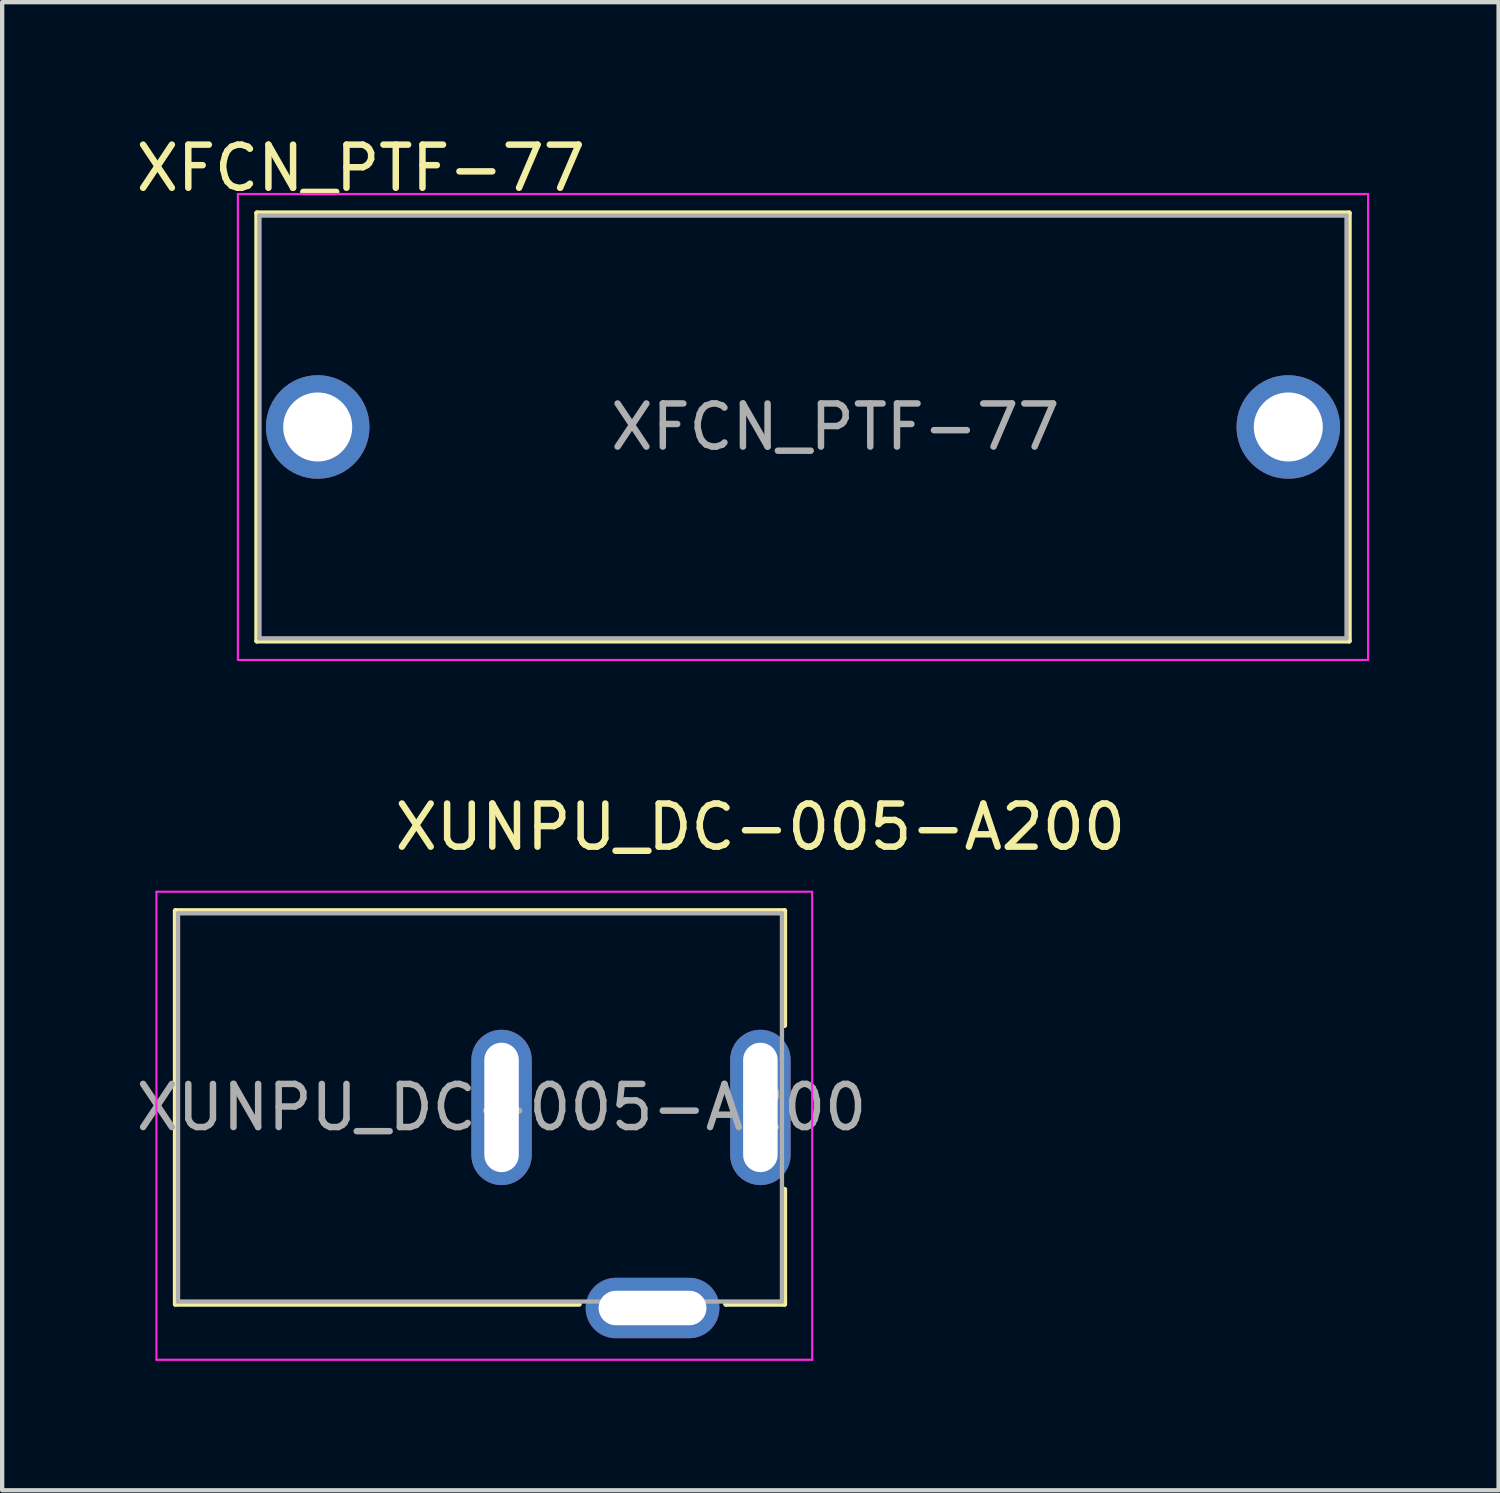
<source format=kicad_pcb>
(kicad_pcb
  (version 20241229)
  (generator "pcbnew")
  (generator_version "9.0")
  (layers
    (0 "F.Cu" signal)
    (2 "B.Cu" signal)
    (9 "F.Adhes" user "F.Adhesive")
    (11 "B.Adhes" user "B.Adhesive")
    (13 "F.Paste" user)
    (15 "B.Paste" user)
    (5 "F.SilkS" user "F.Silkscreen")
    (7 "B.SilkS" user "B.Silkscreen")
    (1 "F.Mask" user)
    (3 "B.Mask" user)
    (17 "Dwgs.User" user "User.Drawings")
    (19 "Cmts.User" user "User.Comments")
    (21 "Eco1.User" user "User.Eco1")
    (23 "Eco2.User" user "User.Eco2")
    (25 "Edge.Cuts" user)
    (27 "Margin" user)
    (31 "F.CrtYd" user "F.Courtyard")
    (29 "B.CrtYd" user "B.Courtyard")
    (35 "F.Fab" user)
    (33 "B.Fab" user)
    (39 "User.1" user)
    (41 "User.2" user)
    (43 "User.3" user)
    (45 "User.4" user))
  (footprint "XFCN_PTF-77"
    (layer "F.Cu")
    (at 4.315 6.848)
    (property "Reference" "XFCN_PTF-77" (at 1 -6 0) (unlocked yes) (layer "F.SilkS") (effects (font (size 1 1) (thickness 0.15))))
    (attr through_hole)
    (fp_line (start -1.41 -4.96) (end 23.91 -4.96) (stroke (width 0.12) (type default)) (layer "F.SilkS"))
    (fp_line (start -1.41 4.96) (end -1.41 -4.96) (stroke (width 0.12) (type default)) (layer "F.SilkS"))
    (fp_line (start -1.41 4.96) (end 23.91 4.96) (stroke (width 0.12) (type default)) (layer "F.SilkS"))
    (fp_line (start 23.91 -4.96) (end 23.91 4.96) (stroke (width 0.12) (type default)) (layer "F.SilkS"))
    (fp_line (start -1.85 -5.4) (end -1.85 5.4) (stroke (width 0.05) (type default)) (layer "F.CrtYd"))
    (fp_line (start -1.85 5.4) (end 24.35 5.4) (stroke (width 0.05) (type default)) (layer "F.CrtYd"))
    (fp_line (start 24.35 -5.4) (end -1.85 -5.4) (stroke (width 0.05) (type default)) (layer "F.CrtYd"))
    (fp_line (start 24.35 -5.4) (end 24.35 5.4) (stroke (width 0.05) (type default)) (layer "F.CrtYd"))
    (fp_line (start -1.35 -4.9) (end 23.85 -4.9) (stroke (width 0.1) (type default)) (layer "F.Fab"))
    (fp_line (start -1.35 4.9) (end -1.35 -4.9) (stroke (width 0.1) (type default)) (layer "F.Fab"))
    (fp_line (start -1.35 4.9) (end 23.85 4.9) (stroke (width 0.1) (type default)) (layer "F.Fab"))
    (fp_line (start 23.85 -4.9) (end 23.85 4.9) (stroke (width 0.1) (type default)) (layer "F.Fab"))
    (fp_text user "${REFERENCE}" (at 12 0 0) (unlocked yes) (layer "F.Fab") (effects (font (size 1 1) (thickness 0.15))))
    (pad "1" thru_hole circle (at 0 0) (size 2.4 2.4) (drill 1.6) (layers "*.Cu" "*.Mask"))
    (pad "2" thru_hole circle (at 22.5 0) (size 2.4 2.4) (drill 1.6) (layers "*.Cu" "*.Mask")))
  (footprint "XUNPU_DC-005-A200"
    (layer "F.Cu")
    (at 14.577 22.622)
    (property "Reference" "XUNPU_DC-005-A200" (at 0 -6.5 0) (unlocked yes) (layer "F.SilkS") (effects (font (size 1 1) (thickness 0.15))))
    (attr through_hole)
    (fp_line (start -13.56 -4.56) (end -13.56 4.56) (stroke (width 0.12) (type default)) (layer "F.SilkS"))
    (fp_line (start -4.2 4.56) (end -13.56 4.56) (stroke (width 0.12) (type default)) (layer "F.SilkS"))
    (fp_line (start -0.8 4.56) (end -0.8 4.56) (stroke (width 0.12) (type default)) (layer "F.SilkS"))
    (fp_line (start 0.56 -4.56) (end -13.56 -4.56) (stroke (width 0.12) (type default)) (layer "F.SilkS"))
    (fp_line (start 0.56 -1.9) (end 0.56 -4.56) (stroke (width 0.12) (type default)) (layer "F.SilkS"))
    (fp_line (start 0.56 4.56) (end -0.8 4.56) (stroke (width 0.12) (type default)) (layer "F.SilkS"))
    (fp_line (start 0.56 4.56) (end 0.56 1.9) (stroke (width 0.12) (type default)) (layer "F.SilkS"))
    (fp_line (start -14 5.85) (end -14 -5) (stroke (width 0.05) (type default)) (layer "F.CrtYd"))
    (fp_line (start -14 5.85) (end 1.2 5.85) (stroke (width 0.05) (type default)) (layer "F.CrtYd"))
    (fp_line (start 1.2 -5) (end -14 -5) (stroke (width 0.05) (type default)) (layer "F.CrtYd"))
    (fp_line (start 1.2 5.85) (end 1.2 -5) (stroke (width 0.05) (type default)) (layer "F.CrtYd"))
    (fp_line (start -13.5 -4.5) (end -13.5 4.5) (stroke (width 0.1) (type default)) (layer "F.Fab"))
    (fp_line (start -13.5 -4.5) (end 0.5 -4.5) (stroke (width 0.1) (type default)) (layer "F.Fab"))
    (fp_line (start 0.5 -4.5) (end 0.5 4.5) (stroke (width 0.1) (type default)) (layer "F.Fab"))
    (fp_line (start 0.5 4.5) (end -13.5 4.5) (stroke (width 0.1) (type default)) (layer "F.Fab"))
    (fp_text user "${REFERENCE}" (at -6 0 0) (unlocked yes) (layer "F.Fab") (effects (font (size 1 1) (thickness 0.15))))
    (pad "1" thru_hole oval (at 0 0) (size 1.4 3.6) (drill oval 0.8 3) (layers "*.Cu" "*.Mask"))
    (pad "2" thru_hole oval (at -6 0) (size 1.4 3.6) (drill oval 0.8 3) (layers "*.Cu" "*.Mask"))
    (pad "3" thru_hole oval (at -2.5 4.65 90) (size 1.4 3.1) (drill oval 0.8 2.5) (layers "*.Cu" "*.Mask")))
  (gr_rect
    (start -3 -3)
    (end 31.69 31.497)
    (stroke (width 0.1) (type default))
    (fill no)
    (layer "Edge.Cuts")))
</source>
